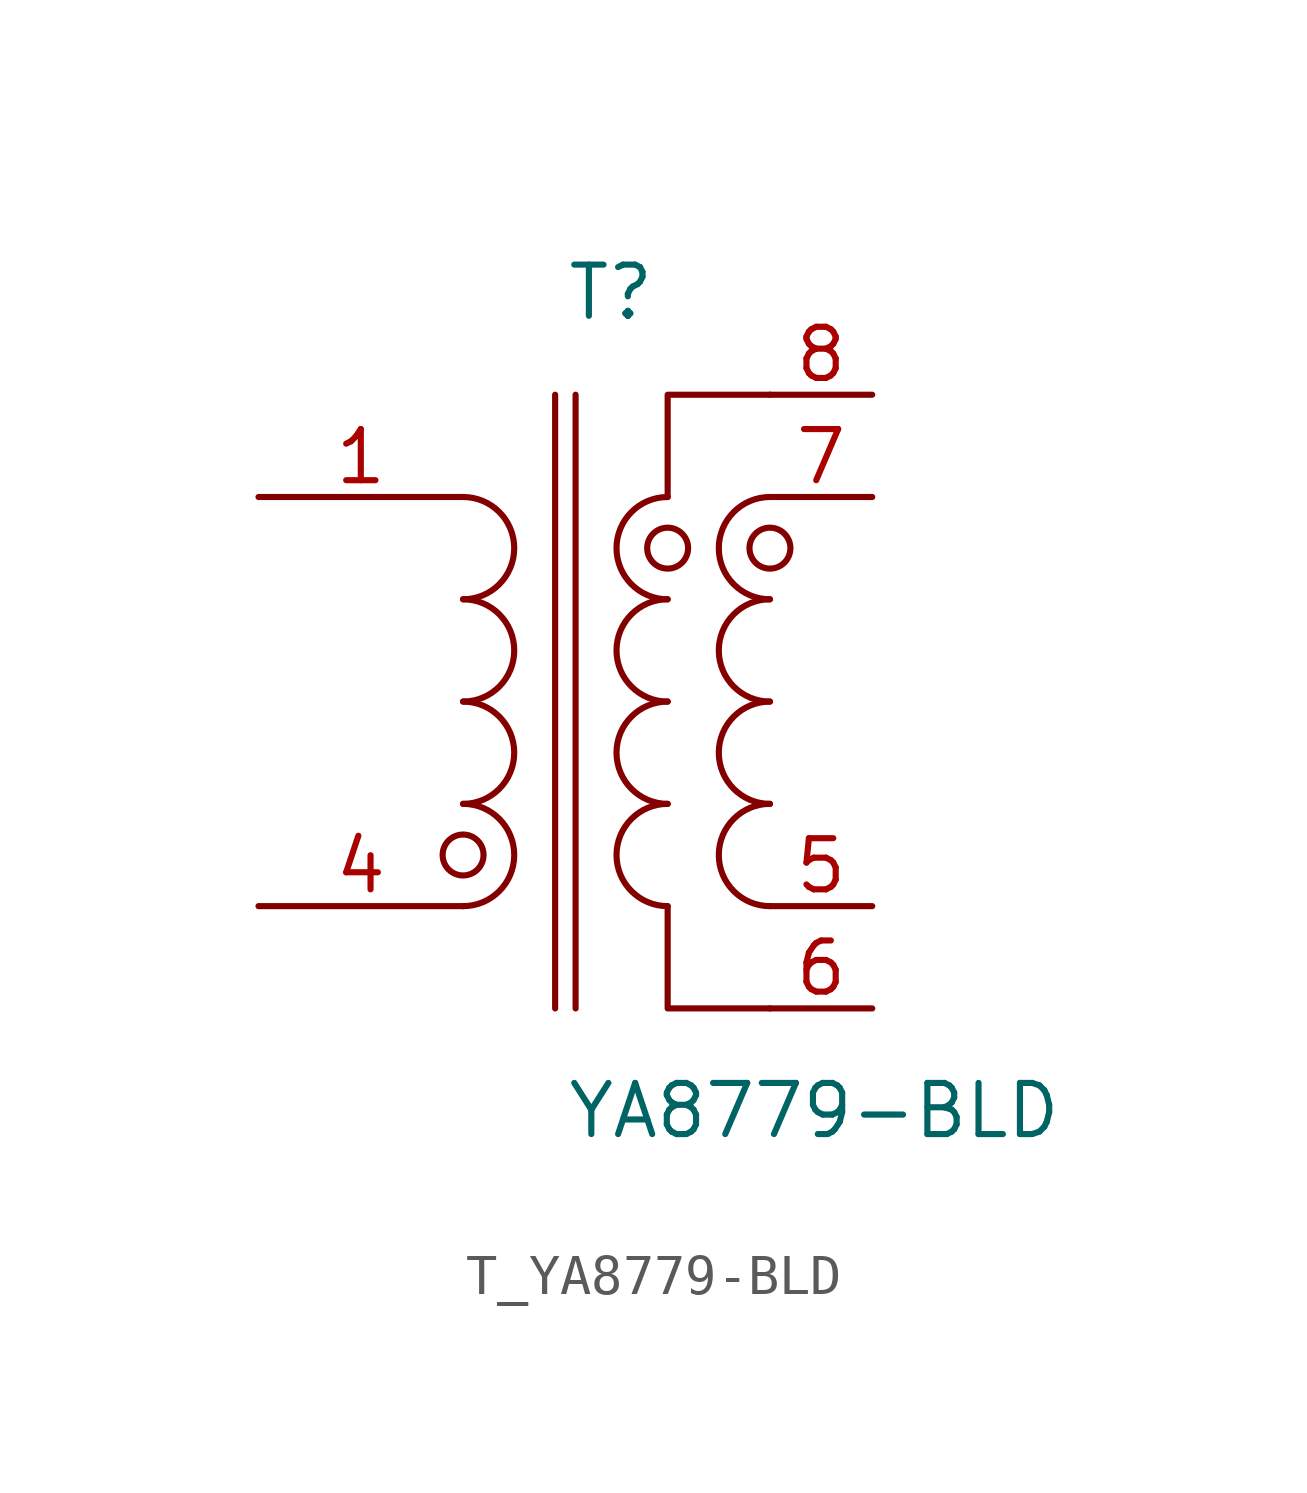
<source format=kicad_sym>
(kicad_symbol_lib
  (version 20231120)
  (generator kicad_symbol_editor)
  (generator_version 8.0)
  (symbol "T_YA8779-BLD"
    (pin_names
      (offset 0.254))
    (property "Reference" "T"
      (at 0 10.16 0)
      (effects (font (size 1.27 1.27)) (justify left)))
    (property "Value" "YA8779-BLD"
      (at 0 -10.16 0)
      (effects (font (size 1.27 1.27)) (justify left)))
    (symbol "T_YA8779-BLD_0_1"
      (arc (start -2.54 -5.08) (mid -1.27 -3.81) (end -2.54 -2.54) (stroke (width 0) (type default)) (fill (type none)))
      (arc (start -2.54 -2.54) (mid -1.27 -1.27) (end -2.54 0.0) (stroke (width 0) (type default)) (fill (type none)))
      (arc (start -2.54 0.0) (mid -1.27 1.27) (end -2.54 2.54) (stroke (width 0) (type default)) (fill (type none)))
      (arc (start -2.54 2.54) (mid -1.27 3.81) (end -2.54 5.08) (stroke (width 0) (type default)) (fill (type none)))
      (arc (start 2.54 -5.08) (mid 1.27 -3.81) (end 2.54 -2.54) (stroke (width 0) (type default)) (fill (type none)))
      (arc (start 2.54 -2.54) (mid 1.27 -1.27) (end 2.54 0.0) (stroke (width 0) (type default)) (fill (type none)))
      (arc (start 2.54 0.0) (mid 1.27 1.27) (end 2.54 2.54) (stroke (width 0) (type default)) (fill (type none)))
      (arc (start 2.54 2.54) (mid 1.27 3.81) (end 2.54 5.08) (stroke (width 0) (type default)) (fill (type none)))
      (arc (start 5.08 -5.08) (mid 3.81 -3.81) (end 5.08 -2.54) (stroke (width 0) (type default)) (fill (type none)))
      (arc (start 5.08 -2.54) (mid 3.81 -1.27) (end 5.08 0.0) (stroke (width 0) (type default)) (fill (type none)))
      (arc (start 5.08 0.0) (mid 3.81 1.27) (end 5.08 2.54) (stroke (width 0) (type default)) (fill (type none)))
      (arc (start 5.08 2.54) (mid 3.81 3.81) (end 5.08 5.08) (stroke (width 0) (type default)) (fill (type none)))
      (polyline (pts (xy 2.54 -5.08) (xy 2.54 -7.62) (xy 5.08 -7.62)) (stroke (width 0) (type default)) (fill (type none)))
      (polyline (pts (xy 2.54 5.08) (xy 2.54 7.62) (xy 5.08 7.62)) (stroke (width 0) (type default)) (fill (type none)))
      (circle (center -2.54 -3.81) (radius 0.508) (stroke (width 0) (type default)) (fill (type none)))
      (circle (center 2.54 3.81) (radius 0.508) (stroke (width 0) (type default)) (fill (type none)))
      (circle (center 5.08 3.81) (radius 0.508) (stroke (width 0) (type default)) (fill (type none)))
      (polyline (pts (xy -0.254 7.62) (xy -0.254 -7.62)) (stroke (width 0) (type default)) (fill (type none)))
      (polyline (pts (xy 0.254 7.62) (xy 0.254 -7.62)) (stroke (width 0) (type default)) (fill (type none)))
      (pin passive line (at -7.62 5.08 0) (length 5.08) (name "" (effects (font (size 1.27 1.27)))) (number "1" (effects (font (size 1.27 1.27)))))
      (pin no_connect line (at -7.62 2.54 0) (length 2.54) (name "" (effects (font (size 1.27 1.27)))) (number "2" (effects (font (size 1.27 1.27)))) hide)
      (pin no_connect line (at -7.62 -2.54 0) (length 2.54) (name "" (effects (font (size 1.27 1.27)))) (number "3" (effects (font (size 1.27 1.27)))) hide)
      (pin passive line (at -7.62 -5.08 0) (length 5.08) (name "" (effects (font (size 1.27 1.27)))) (number "4" (effects (font (size 1.27 1.27)))))
      (pin passive line (at 7.62 7.62 180) (length 2.54) (name "" (effects (font (size 1.27 1.27)))) (number "8" (effects (font (size 1.27 1.27)))))
      (pin passive line (at 7.62 5.08 180) (length 2.54) (name "" (effects (font (size 1.27 1.27)))) (number "7" (effects (font (size 1.27 1.27)))))
      (pin passive line (at 7.62 -5.08 180) (length 2.54) (name "" (effects (font (size 1.27 1.27)))) (number "5" (effects (font (size 1.27 1.27)))))
      (pin passive line (at 7.62 -7.62 180) (length 2.54) (name "" (effects (font (size 1.27 1.27)))) (number "6" (effects (font (size 1.27 1.27))))))))
</source>
